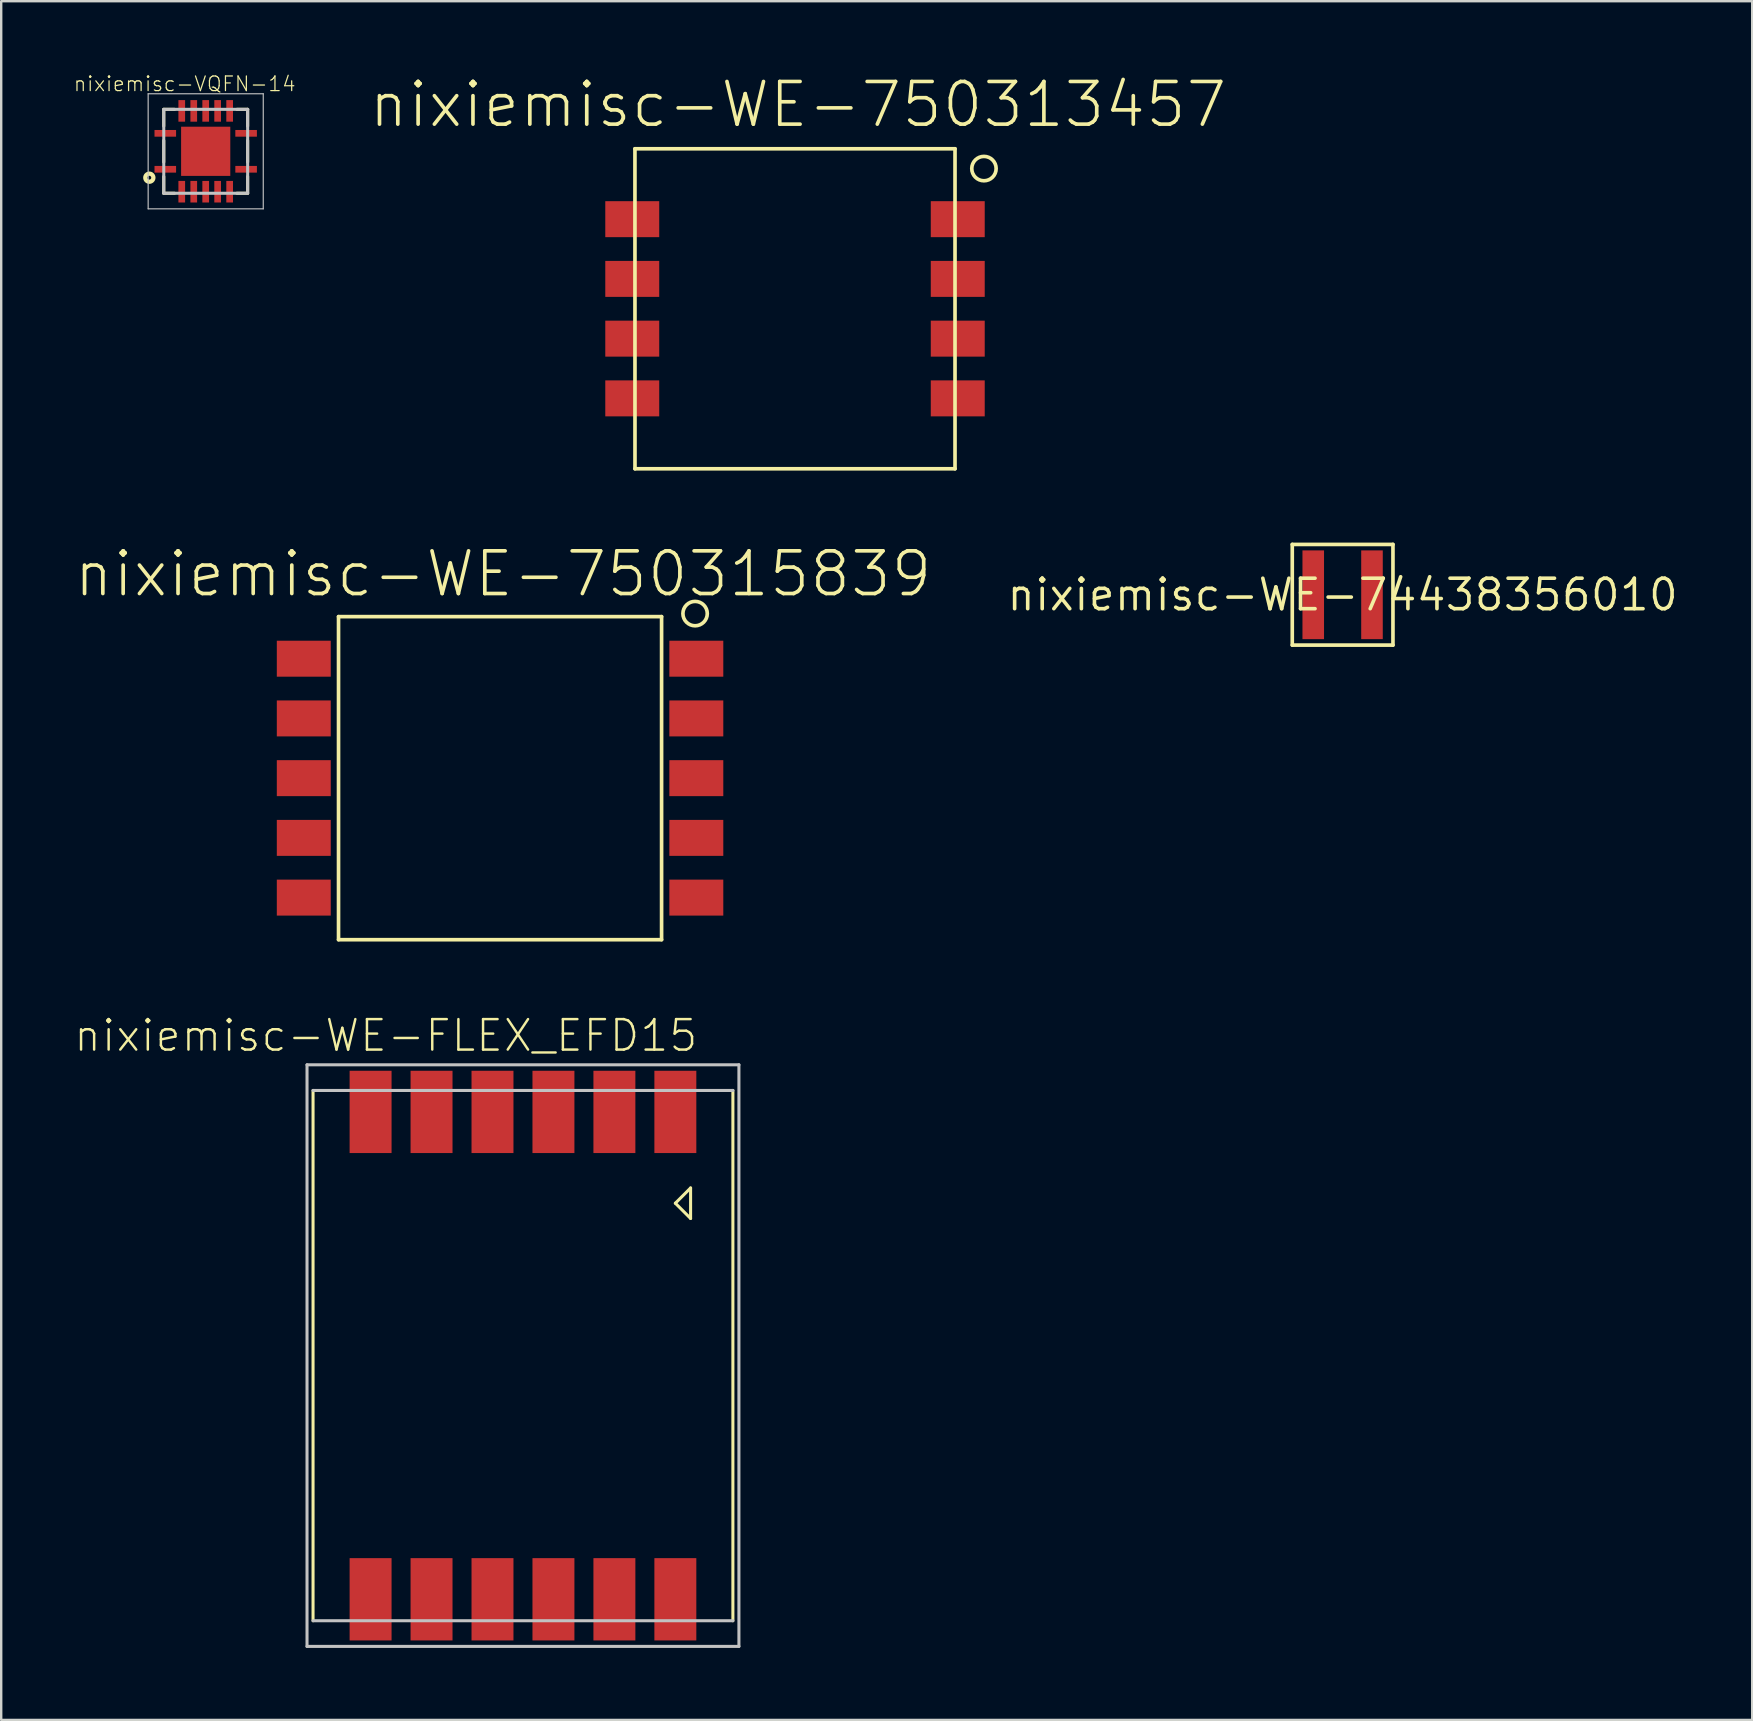
<source format=kicad_pcb>
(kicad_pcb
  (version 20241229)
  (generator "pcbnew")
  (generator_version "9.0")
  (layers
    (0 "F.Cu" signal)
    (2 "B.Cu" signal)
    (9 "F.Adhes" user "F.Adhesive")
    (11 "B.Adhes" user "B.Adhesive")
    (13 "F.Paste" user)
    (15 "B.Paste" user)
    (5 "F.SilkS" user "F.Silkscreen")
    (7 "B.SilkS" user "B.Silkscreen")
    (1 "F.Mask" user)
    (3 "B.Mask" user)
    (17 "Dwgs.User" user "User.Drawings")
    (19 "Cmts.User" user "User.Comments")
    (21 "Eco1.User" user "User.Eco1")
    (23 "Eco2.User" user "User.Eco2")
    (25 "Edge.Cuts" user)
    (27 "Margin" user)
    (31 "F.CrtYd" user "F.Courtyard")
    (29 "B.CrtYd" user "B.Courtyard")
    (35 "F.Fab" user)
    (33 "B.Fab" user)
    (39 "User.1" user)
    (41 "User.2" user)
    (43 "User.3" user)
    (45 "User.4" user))
  (footprint "nixiemisc-VQFN-14"
    (layer "F.Cu")
    (at 5.522 3.255)
    (property "Reference" "nixiemisc-VQFN-14" (at -0.876 -2.809 0) (layer "F.SilkS") (effects (font (size 0.61 0.61) (thickness 0.051))))
    (attr smd)
    (fp_line (start -1.748 -1.748) (end -1.748 -1.049) (stroke (width 0.127) (type solid)) (layer "F.SilkS"))
    (fp_line (start -1.748 -0.45) (end -1.748 0.45) (stroke (width 0.127) (type solid)) (layer "F.SilkS"))
    (fp_line (start -1.748 1.748) (end -1.748 1.049) (stroke (width 0.127) (type solid)) (layer "F.SilkS"))
    (fp_line (start -1.298 -1.748) (end -1.748 -1.748) (stroke (width 0.127) (type solid)) (layer "F.SilkS"))
    (fp_line (start -1.298 1.748) (end -1.748 1.748) (stroke (width 0.127) (type solid)) (layer "F.SilkS"))
    (fp_line (start 1.298 -1.748) (end 1.748 -1.748) (stroke (width 0.127) (type solid)) (layer "F.SilkS"))
    (fp_line (start 1.298 1.748) (end 1.748 1.748) (stroke (width 0.127) (type solid)) (layer "F.SilkS"))
    (fp_line (start 1.748 -1.748) (end 1.748 -1.049) (stroke (width 0.127) (type solid)) (layer "F.SilkS"))
    (fp_line (start 1.748 -0.45) (end 1.748 0.45) (stroke (width 0.127) (type solid)) (layer "F.SilkS"))
    (fp_line (start 1.748 1.748) (end 1.748 1.049) (stroke (width 0.127) (type solid)) (layer "F.SilkS"))
    (fp_circle (center -2.349 1.1) (end -2.349 1.021) (stroke (width 0.178) (type solid)) (fill no) (layer "F.SilkS"))
    (fp_line (start -0.65 -0.648) (end 0.648 -0.648) (stroke (width 0.066) (type solid)) (layer "F.Paste"))
    (fp_line (start -0.65 0.65) (end -0.65 -0.648) (stroke (width 0.066) (type solid)) (layer "F.Paste"))
    (fp_line (start -0.65 0.65) (end 0.648 0.65) (stroke (width 0.066) (type solid)) (layer "F.Paste"))
    (fp_line (start 0.648 0.65) (end 0.648 -0.648) (stroke (width 0.066) (type solid)) (layer "F.Paste"))
    (fp_line (start -2.398 -2.398) (end 2.398 -2.398) (stroke (width 0.048) (type solid)) (layer "Dwgs.User"))
    (fp_line (start -2.398 2.398) (end -2.398 -2.398) (stroke (width 0.048) (type solid)) (layer "Dwgs.User"))
    (fp_line (start -1.748 -1.748) (end 1.748 -1.748) (stroke (width 0.127) (type solid)) (layer "Dwgs.User"))
    (fp_line (start -1.748 1.748) (end -1.748 -1.748) (stroke (width 0.127) (type solid)) (layer "Dwgs.User"))
    (fp_line (start 1.748 -1.748) (end 1.748 1.748) (stroke (width 0.127) (type solid)) (layer "Dwgs.User"))
    (fp_line (start 1.748 1.748) (end -1.748 1.748) (stroke (width 0.127) (type solid)) (layer "Dwgs.User"))
    (fp_line (start 2.398 -2.398) (end 2.398 2.398) (stroke (width 0.048) (type solid)) (layer "Dwgs.User"))
    (fp_line (start 2.398 2.398) (end -2.398 2.398) (stroke (width 0.048) (type solid)) (layer "Dwgs.User"))
    (pad "1" smd rect (at -1.684 0.749) (size 0.899 0.279) (layers "F.Cu" "F.Mask" "F.Paste"))
    (pad "2" smd rect (at -0.998 1.684 90) (size 0.899 0.279) (layers "F.Cu" "F.Mask" "F.Paste"))
    (pad "3" smd rect (at -0.498 1.684 90) (size 0.899 0.279) (layers "F.Cu" "F.Mask" "F.Paste"))
    (pad "4" smd rect (at 0 1.684 90) (size 0.899 0.279) (layers "F.Cu" "F.Mask" "F.Paste"))
    (pad "5" smd rect (at 0.498 1.684 90) (size 0.899 0.279) (layers "F.Cu" "F.Mask" "F.Paste"))
    (pad "6" smd rect (at 0.998 1.684 90) (size 0.899 0.279) (layers "F.Cu" "F.Mask" "F.Paste"))
    (pad "7" smd rect (at 1.684 0.749 180) (size 0.899 0.279) (layers "F.Cu" "F.Mask" "F.Paste"))
    (pad "8" smd rect (at 1.684 -0.749 180) (size 0.899 0.279) (layers "F.Cu" "F.Mask" "F.Paste"))
    (pad "9" smd rect (at 0.998 -1.684 270) (size 0.899 0.279) (layers "F.Cu" "F.Mask" "F.Paste"))
    (pad "10" smd rect (at 0.498 -1.684 270) (size 0.899 0.279) (layers "F.Cu" "F.Mask" "F.Paste"))
    (pad "11" smd rect (at 0 -1.684 270) (size 0.899 0.279) (layers "F.Cu" "F.Mask" "F.Paste"))
    (pad "12" smd rect (at -0.498 -1.684 270) (size 0.899 0.279) (layers "F.Cu" "F.Mask" "F.Paste"))
    (pad "13" smd rect (at -0.998 -1.684 270) (size 0.899 0.279) (layers "F.Cu" "F.Mask" "F.Paste"))
    (pad "14" smd rect (at -1.684 -0.749) (size 0.899 0.279) (layers "F.Cu" "F.Mask" "F.Paste"))
    (pad "15" smd rect (at 0 0) (size 2.05 2.05) (layers "F.Cu" "F.Mask" "F.Paste")))
  (footprint "nixiemisc-WE-750315839"
    (layer "F.Cu")
    (at 17.788 29.377)
    (property "Reference" "nixiemisc-WE-750315839" (at 0.127 -8.509 0) (layer "F.SilkS") (effects (font (size 1.778 1.778) (thickness 0.152))))
    (attr smd)
    (fp_line (start -6.731 -6.731) (end 6.731 -6.731) (stroke (width 0.152) (type solid)) (layer "F.SilkS"))
    (fp_line (start -6.731 6.731) (end -6.731 -6.731) (stroke (width 0.152) (type solid)) (layer "F.SilkS"))
    (fp_line (start 6.731 -6.731) (end 6.731 6.731) (stroke (width 0.152) (type solid)) (layer "F.SilkS"))
    (fp_line (start 6.731 6.731) (end -6.731 6.731) (stroke (width 0.152) (type solid)) (layer "F.SilkS"))
    (fp_circle (center 8.128 -6.858) (end 8.128 -7.366) (stroke (width 0.152) (type solid)) (fill no) (layer "F.SilkS"))
    (pad "P$1" smd rect (at 8.179 -4.978) (size 2.248 1.499) (layers "F.Cu" "F.Mask" "F.Paste"))
    (pad "P$2" smd rect (at 8.179 -2.489) (size 2.248 1.499) (layers "F.Cu" "F.Mask" "F.Paste"))
    (pad "P$3" smd rect (at 8.179 0) (size 2.248 1.499) (layers "F.Cu" "F.Mask" "F.Paste"))
    (pad "P$4" smd rect (at 8.179 2.489) (size 2.248 1.499) (layers "F.Cu" "F.Mask" "F.Paste"))
    (pad "P$5" smd rect (at 8.179 4.978) (size 2.248 1.499) (layers "F.Cu" "F.Mask" "F.Paste"))
    (pad "P$6" smd rect (at -8.179 4.978) (size 2.248 1.499) (layers "F.Cu" "F.Mask" "F.Paste"))
    (pad "P$7" smd rect (at -8.179 2.489) (size 2.248 1.499) (layers "F.Cu" "F.Mask" "F.Paste"))
    (pad "P$8" smd rect (at -8.179 0) (size 2.248 1.499) (layers "F.Cu" "F.Mask" "F.Paste"))
    (pad "P$9" smd rect (at -8.179 -2.489) (size 2.248 1.499) (layers "F.Cu" "F.Mask" "F.Paste"))
    (pad "P$10" smd rect (at -8.179 -4.978) (size 2.248 1.499) (layers "F.Cu" "F.Mask" "F.Paste")))
  (footprint "nixiemisc-WE-FLEX_EFD15"
    (layer "F.Cu")
    (at 18.743 53.44)
    (property "Reference" "nixiemisc-WE-FLEX_EFD15" (at -5.715 -13.335 0) (layer "F.SilkS") (effects (font (size 1.27 1.27) (thickness 0.102))))
    (attr smd)
    (fp_line (start -8.748 -11.049) (end -8.748 11.049) (stroke (width 0.127) (type solid)) (layer "F.SilkS"))
    (fp_line (start 6.35 -6.35) (end 6.985 -5.715) (stroke (width 0.127) (type solid)) (layer "F.SilkS"))
    (fp_line (start 6.985 -6.985) (end 6.35 -6.35) (stroke (width 0.127) (type solid)) (layer "F.SilkS"))
    (fp_line (start 6.985 -5.715) (end 6.985 -6.985) (stroke (width 0.127) (type solid)) (layer "F.SilkS"))
    (fp_line (start 8.748 11.049) (end 8.748 -11.049) (stroke (width 0.127) (type solid)) (layer "F.SilkS"))
    (fp_line (start -8.999 -12.118) (end -8.999 12.118) (stroke (width 0.127) (type solid)) (layer "Dwgs.User"))
    (fp_line (start -8.999 12.118) (end 8.999 12.118) (stroke (width 0.127) (type solid)) (layer "Dwgs.User"))
    (fp_line (start -8.748 11.049) (end 8.748 11.049) (stroke (width 0.127) (type solid)) (layer "Dwgs.User"))
    (fp_line (start 8.748 -11.049) (end -8.748 -11.049) (stroke (width 0.127) (type solid)) (layer "Dwgs.User"))
    (fp_line (start 8.999 -12.118) (end -8.999 -12.118) (stroke (width 0.127) (type solid)) (layer "Dwgs.User"))
    (fp_line (start 8.999 12.118) (end 8.999 -12.118) (stroke (width 0.127) (type solid)) (layer "Dwgs.User"))
    (pad "1" smd rect (at 6.35 -10.155 180) (size 1.748 3.429) (layers "F.Cu" "F.Mask" "F.Paste"))
    (pad "2" smd rect (at 3.81 -10.155 180) (size 1.748 3.429) (layers "F.Cu" "F.Mask" "F.Paste"))
    (pad "3" smd rect (at 1.27 -10.155 180) (size 1.748 3.429) (layers "F.Cu" "F.Mask" "F.Paste"))
    (pad "4" smd rect (at -1.27 -10.155 180) (size 1.748 3.429) (layers "F.Cu" "F.Mask" "F.Paste"))
    (pad "5" smd rect (at -3.81 -10.155 180) (size 1.748 3.429) (layers "F.Cu" "F.Mask" "F.Paste"))
    (pad "6" smd rect (at -6.35 -10.155 180) (size 1.748 3.429) (layers "F.Cu" "F.Mask" "F.Paste"))
    (pad "7" smd rect (at -6.35 10.155 180) (size 1.748 3.429) (layers "F.Cu" "F.Mask" "F.Paste"))
    (pad "8" smd rect (at -3.81 10.155 180) (size 1.748 3.429) (layers "F.Cu" "F.Mask" "F.Paste"))
    (pad "9" smd rect (at -1.27 10.155 180) (size 1.748 3.429) (layers "F.Cu" "F.Mask" "F.Paste"))
    (pad "10" smd rect (at 1.27 10.155 180) (size 1.748 3.429) (layers "F.Cu" "F.Mask" "F.Paste"))
    (pad "11" smd rect (at 3.81 10.155 180) (size 1.748 3.429) (layers "F.Cu" "F.Mask" "F.Paste"))
    (pad "12" smd rect (at 6.35 10.155 180) (size 1.748 3.429) (layers "F.Cu" "F.Mask" "F.Paste")))
  (footprint "nixiemisc-WE-74438356010"
    (layer "F.Cu")
    (at 52.899 21.735)
    (property "Reference" "nixiemisc-WE-74438356010" (at 0 0 0) (layer "F.SilkS") (effects (font (size 1.27 1.27) (thickness 0.15))))
    (attr smd)
    (fp_line (start -2.098 -2.098) (end -2.098 2.098) (stroke (width 0.152) (type solid)) (layer "F.SilkS"))
    (fp_line (start -2.098 -2.098) (end 2.098 -2.098) (stroke (width 0.152) (type solid)) (layer "F.SilkS"))
    (fp_line (start -2.098 2.098) (end 2.098 2.098) (stroke (width 0.152) (type solid)) (layer "F.SilkS"))
    (fp_line (start 2.098 -2.098) (end 2.098 2.098) (stroke (width 0.152) (type solid)) (layer "F.SilkS"))
    (pad "1" smd rect (at -1.224 0) (size 0.899 3.698) (layers "F.Cu" "F.Mask" "F.Paste"))
    (pad "2" smd rect (at 1.224 0) (size 0.899 3.698) (layers "F.Cu" "F.Mask" "F.Paste")))
  (footprint "nixiemisc-WE-750313457"
    (layer "F.Cu")
    (at 30.079 9.817)
    (property "Reference" "nixiemisc-WE-750313457" (at 0.127 -8.509 0) (layer "F.SilkS") (effects (font (size 1.778 1.778) (thickness 0.152))))
    (attr smd)
    (fp_line (start -6.67 -6.668) (end 6.668 -6.668) (stroke (width 0.152) (type solid)) (layer "F.SilkS"))
    (fp_line (start -6.668 6.668) (end -6.67 -6.668) (stroke (width 0.152) (type solid)) (layer "F.SilkS"))
    (fp_line (start 6.668 -6.668) (end 6.668 6.668) (stroke (width 0.152) (type solid)) (layer "F.SilkS"))
    (fp_line (start 6.668 6.668) (end -6.668 6.668) (stroke (width 0.152) (type solid)) (layer "F.SilkS"))
    (fp_circle (center 7.874 -5.842) (end 7.874 -6.35) (stroke (width 0.152) (type solid)) (fill no) (layer "F.SilkS"))
    (pad "P$1" smd rect (at 6.782 -3.734) (size 2.248 1.499) (layers "F.Cu" "F.Mask" "F.Paste"))
    (pad "P$2" smd rect (at 6.782 -1.245) (size 2.248 1.499) (layers "F.Cu" "F.Mask" "F.Paste"))
    (pad "P$3" smd rect (at 6.782 1.245) (size 2.248 1.499) (layers "F.Cu" "F.Mask" "F.Paste"))
    (pad "P$4" smd rect (at 6.782 3.734) (size 2.248 1.499) (layers "F.Cu" "F.Mask" "F.Paste"))
    (pad "P$5" smd rect (at -6.782 3.734) (size 2.248 1.499) (layers "F.Cu" "F.Mask" "F.Paste"))
    (pad "P$6" smd rect (at -6.782 1.245) (size 2.248 1.499) (layers "F.Cu" "F.Mask" "F.Paste"))
    (pad "P$7" smd rect (at -6.782 -1.245) (size 2.248 1.499) (layers "F.Cu" "F.Mask" "F.Paste"))
    (pad "P$8" smd rect (at -6.782 -3.734) (size 2.248 1.499) (layers "F.Cu" "F.Mask" "F.Paste")))
  (gr_rect
    (start -3 -3)
    (end 69.967 68.622)
    (stroke (width 0.1) (type default))
    (fill no)
    (layer "Edge.Cuts")))
</source>
